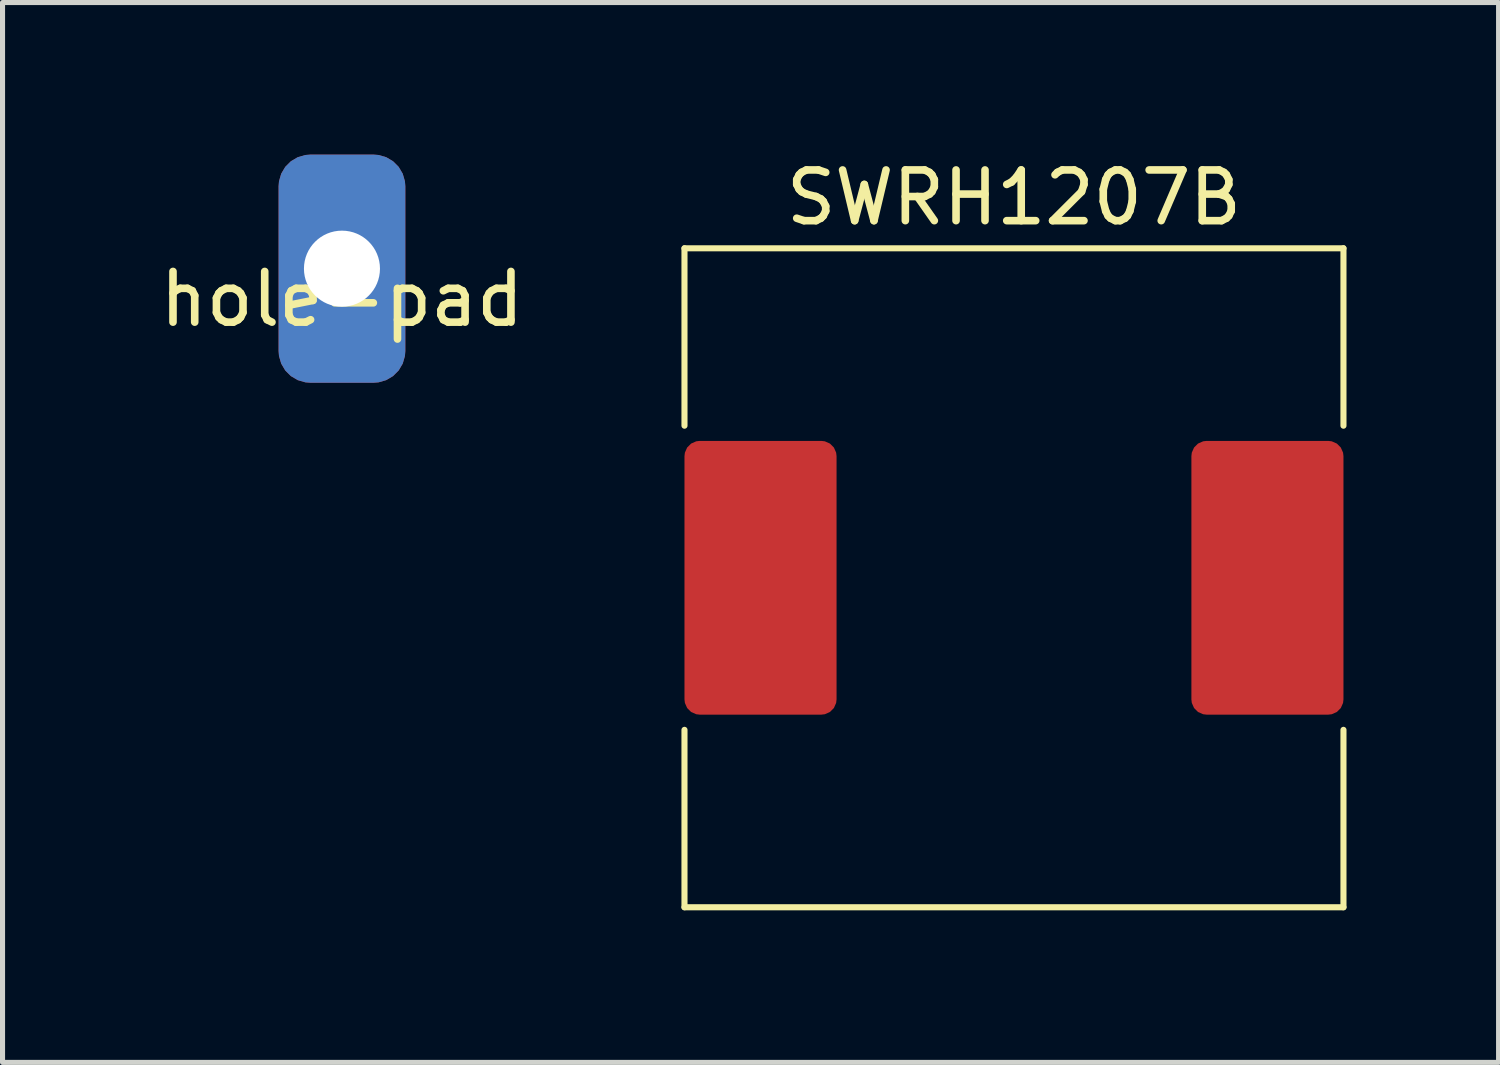
<source format=kicad_pcb>
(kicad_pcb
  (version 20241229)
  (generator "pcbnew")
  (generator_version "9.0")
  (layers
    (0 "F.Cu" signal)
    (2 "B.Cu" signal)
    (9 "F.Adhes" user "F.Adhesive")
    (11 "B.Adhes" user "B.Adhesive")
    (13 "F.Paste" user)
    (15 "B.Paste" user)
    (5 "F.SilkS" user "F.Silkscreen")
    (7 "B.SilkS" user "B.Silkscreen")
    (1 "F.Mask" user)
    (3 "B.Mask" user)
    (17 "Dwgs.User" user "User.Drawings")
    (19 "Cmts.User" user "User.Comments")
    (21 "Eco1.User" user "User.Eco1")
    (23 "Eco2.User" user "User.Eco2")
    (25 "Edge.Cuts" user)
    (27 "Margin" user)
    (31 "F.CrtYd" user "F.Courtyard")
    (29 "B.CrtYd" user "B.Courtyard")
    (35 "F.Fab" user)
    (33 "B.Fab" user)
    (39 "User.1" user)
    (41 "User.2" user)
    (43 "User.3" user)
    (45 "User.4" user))
  (footprint "SWRH1207B"
    (layer "F.Cu")
    (at 16.953 8.348)
    (property "Reference" "SWRH1207B" (at 0 -7.5 0) (layer "F.SilkS") (effects (font (size 1 1) (thickness 0.15))))
    (attr through_hole)
    (fp_line (start -6.5 -6.5) (end 6.5 -6.5) (stroke (width 0.12) (type solid)) (layer "F.SilkS"))
    (fp_line (start -6.5 -3) (end -6.5 -6.5) (stroke (width 0.12) (type solid)) (layer "F.SilkS"))
    (fp_line (start -6.5 6.5) (end -6.5 3) (stroke (width 0.12) (type solid)) (layer "F.SilkS"))
    (fp_line (start 6.5 -6.5) (end 6.5 -3) (stroke (width 0.12) (type solid)) (layer "F.SilkS"))
    (fp_line (start 6.5 3) (end 6.5 6.5) (stroke (width 0.12) (type solid)) (layer "F.SilkS"))
    (fp_line (start 6.5 6.5) (end -6.5 6.5) (stroke (width 0.12) (type solid)) (layer "F.SilkS"))
    (pad "1" smd roundrect (at -5 0) (size 3 5.4) (layers "F.Cu" "F.Mask" "F.Paste") (roundrect_rratio 0.1))
    (pad "2" smd roundrect (at 5 0) (size 3 5.4) (layers "F.Cu" "F.Mask" "F.Paste") (roundrect_rratio 0.1)))
  (footprint "hole-pad"
    (layer "F.Cu")
    (at 3.696 2.35)
    (property "Reference" "hole-pad" (at 0 0.5 0) (layer "F.SilkS") (effects (font (size 1 1) (thickness 0.15))))
    (attr through_hole)
    (pad "1" thru_hole roundrect (at 0 -0.1) (size 2.5 4.5) (drill 1.5) (layers "*.Cu" "*.Mask") (roundrect_rratio 0.25)))
  (gr_rect
    (start -3 -3)
    (end 26.513 17.908)
    (stroke (width 0.1) (type default))
    (fill no)
    (layer "Edge.Cuts")))
</source>
